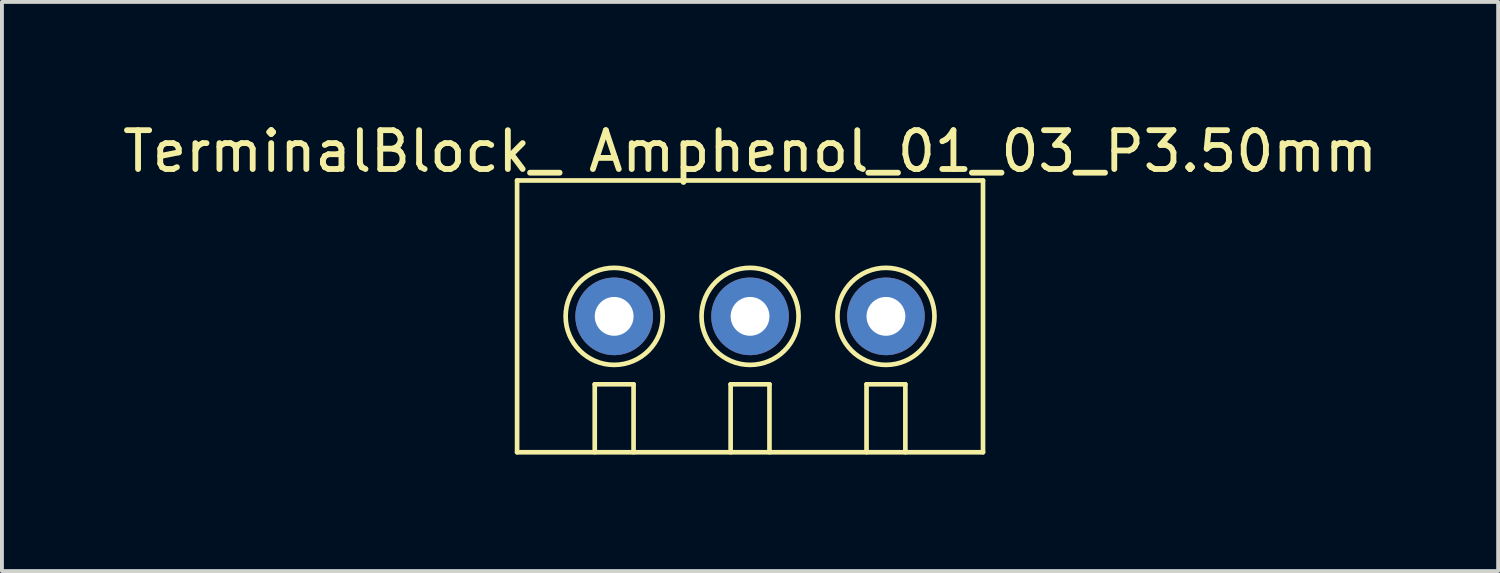
<source format=kicad_pcb>
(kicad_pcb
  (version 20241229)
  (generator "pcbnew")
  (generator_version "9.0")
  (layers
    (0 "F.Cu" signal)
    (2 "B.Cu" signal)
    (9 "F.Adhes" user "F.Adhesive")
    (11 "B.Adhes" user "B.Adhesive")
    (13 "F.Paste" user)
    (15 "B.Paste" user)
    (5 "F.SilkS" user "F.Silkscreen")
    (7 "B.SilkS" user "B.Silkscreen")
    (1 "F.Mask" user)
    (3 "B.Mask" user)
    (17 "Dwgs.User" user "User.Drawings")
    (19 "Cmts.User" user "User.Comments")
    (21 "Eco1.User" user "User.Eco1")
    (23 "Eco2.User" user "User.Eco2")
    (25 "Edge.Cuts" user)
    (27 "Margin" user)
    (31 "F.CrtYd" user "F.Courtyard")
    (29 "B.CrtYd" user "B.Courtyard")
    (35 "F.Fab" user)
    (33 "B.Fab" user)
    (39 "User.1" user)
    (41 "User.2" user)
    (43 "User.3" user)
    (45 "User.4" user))
  (footprint "TerminalBlock_ Amphenol_01_03_P3.50mm"
    (layer "F.Cu")
    (at 16.268 5.098)
    (property "Reference" "TerminalBlock_ Amphenol_01_03_P3.50mm" (at 0 -4.25 0) (layer "F.SilkS") (effects (font (size 1 1) (thickness 0.15))))
    (attr through_hole)
    (fp_line (start -6 -3.5) (end -6 3.5) (stroke (width 0.12) (type solid)) (layer "F.SilkS"))
    (fp_line (start -4 1.75) (end -4 3.5) (stroke (width 0.12) (type solid)) (layer "F.SilkS"))
    (fp_line (start -4 1.75) (end -3 1.75) (stroke (width 0.12) (type solid)) (layer "F.SilkS"))
    (fp_line (start -3 1.75) (end -3 3.5) (stroke (width 0.12) (type solid)) (layer "F.SilkS"))
    (fp_line (start -0.5 1.75) (end 0.5 1.75) (stroke (width 0.12) (type solid)) (layer "F.SilkS"))
    (fp_line (start -0.5 3.5) (end -0.5 1.75) (stroke (width 0.12) (type solid)) (layer "F.SilkS"))
    (fp_line (start 0.5 1.75) (end 0.5 3.5) (stroke (width 0.12) (type solid)) (layer "F.SilkS"))
    (fp_line (start 3 1.75) (end 4 1.75) (stroke (width 0.12) (type solid)) (layer "F.SilkS"))
    (fp_line (start 3 3.5) (end 3 1.75) (stroke (width 0.12) (type solid)) (layer "F.SilkS"))
    (fp_line (start 4 1.75) (end 4 3.5) (stroke (width 0.12) (type solid)) (layer "F.SilkS"))
    (fp_line (start 6 -3.5) (end -6 -3.5) (stroke (width 0.12) (type solid)) (layer "F.SilkS"))
    (fp_line (start 6 -3.5) (end 6 3.5) (stroke (width 0.12) (type solid)) (layer "F.SilkS"))
    (fp_line (start 6 3.5) (end -6 3.5) (stroke (width 0.12) (type solid)) (layer "F.SilkS"))
    (fp_circle (center -3.5 0) (end -2.75 -1) (stroke (width 0.12) (type solid)) (fill no) (layer "F.SilkS"))
    (fp_circle (center 0 0) (end 0.75 -1) (stroke (width 0.12) (type solid)) (fill no) (layer "F.SilkS"))
    (fp_circle (center 3.5 0) (end 4.25 -1) (stroke (width 0.12) (type solid)) (fill no) (layer "F.SilkS"))
    (pad "1" thru_hole circle (at -3.5 0) (size 2 2) (drill 1) (layers "*.Cu" "*.Mask"))
    (pad "2" thru_hole circle (at 0 0) (size 2 2) (drill 1) (layers "*.Cu" "*.Mask"))
    (pad "3" thru_hole circle (at 3.5 0) (size 2 2) (drill 1) (layers "*.Cu" "*.Mask")))
  (gr_rect
    (start -3 -3)
    (end 35.536 11.658)
    (stroke (width 0.1) (type default))
    (fill no)
    (layer "Edge.Cuts")))
</source>
